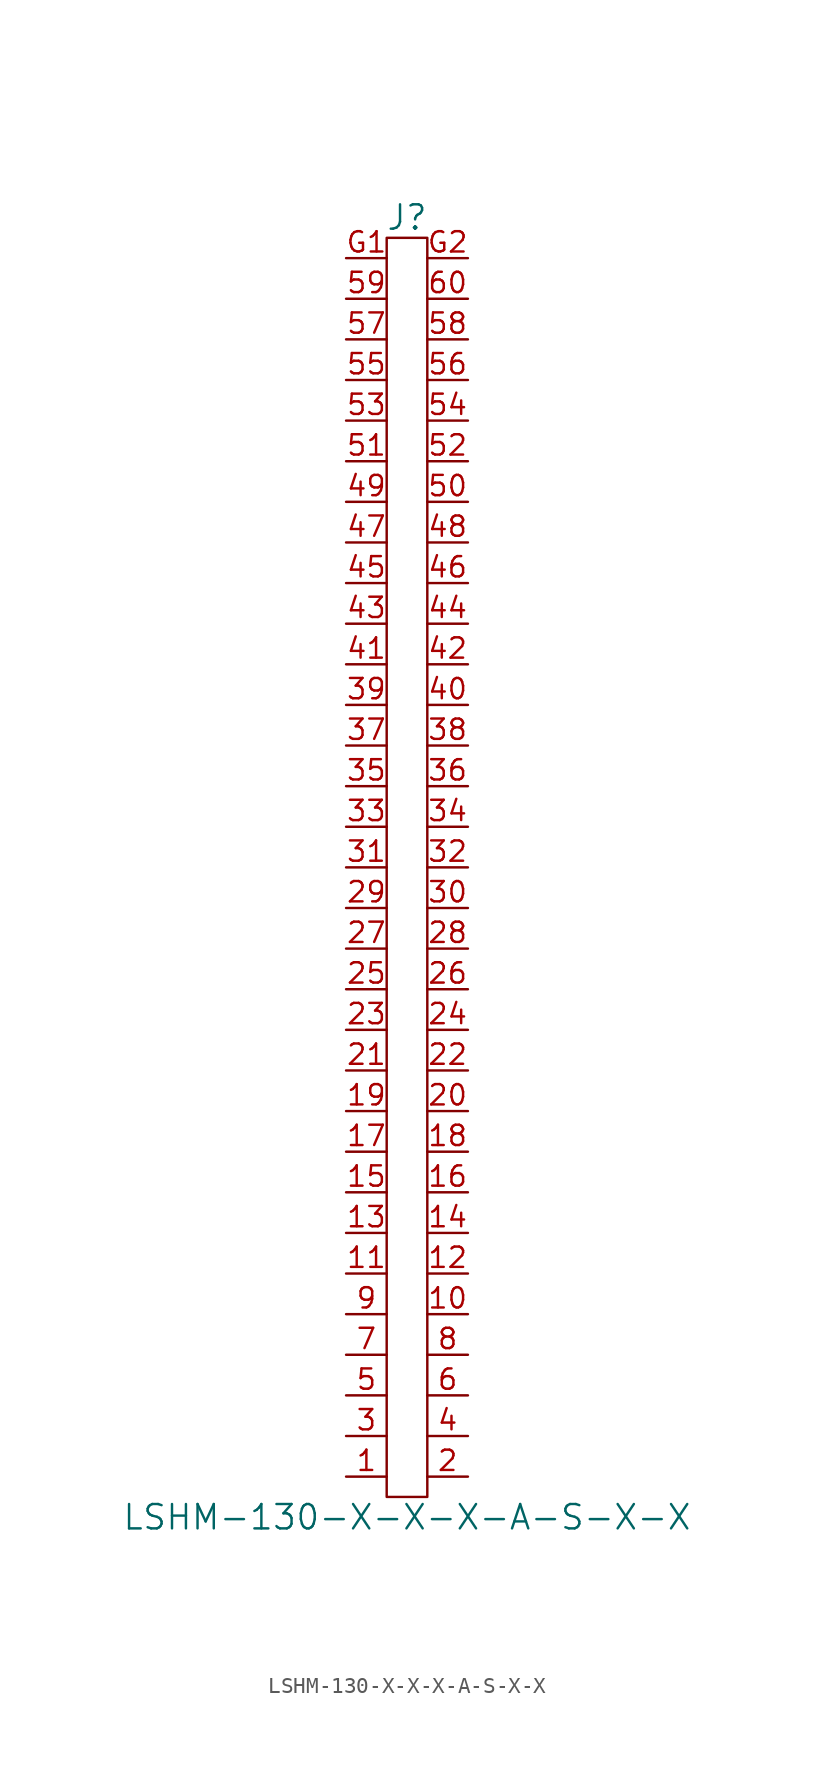
<source format=kicad_sym>
(kicad_symbol_lib
  (version 20231120)
  (generator "kicad_symbol_editor")
  (generator_version "8.0")
  (symbol "LSHM-130-X-X-X-A-S-X-X"
    (property "Reference" "J"
      (at 0 40.64 0)
      (effects (font (size 1.524 1.524))))
    (property "Value" "LSHM-130-X-X-X-A-S-X-X"
      (at 0 -40.64 0)
      (effects (font (size 1.524 1.524))))
    (symbol "LSHM-130-X-X-X-A-S-X-X_0_1"
      (rectangle (start -1.27 39.37) (end 1.27 -39.37) (stroke (width 0) (type default)) (fill (type none))))
    (symbol "LSHM-130-X-X-X-A-S-X-X_1_1"
      (pin passive line (at -3.81 -38.1 0) (length 2.54) (name "~" (effects (font (size 1.27 1.27)))) (number "1" (effects (font (size 1.27 1.27)))))
      (pin passive line (at 3.81 -27.94 180) (length 2.54) (name "~" (effects (font (size 1.27 1.27)))) (number "10" (effects (font (size 1.27 1.27)))))
      (pin passive line (at -3.81 -25.4 0) (length 2.54) (name "~" (effects (font (size 1.27 1.27)))) (number "11" (effects (font (size 1.27 1.27)))))
      (pin passive line (at 3.81 -25.4 180) (length 2.54) (name "~" (effects (font (size 1.27 1.27)))) (number "12" (effects (font (size 1.27 1.27)))))
      (pin passive line (at -3.81 -22.86 0) (length 2.54) (name "~" (effects (font (size 1.27 1.27)))) (number "13" (effects (font (size 1.27 1.27)))))
      (pin passive line (at 3.81 -22.86 180) (length 2.54) (name "~" (effects (font (size 1.27 1.27)))) (number "14" (effects (font (size 1.27 1.27)))))
      (pin passive line (at -3.81 -20.32 0) (length 2.54) (name "~" (effects (font (size 1.27 1.27)))) (number "15" (effects (font (size 1.27 1.27)))))
      (pin passive line (at 3.81 -20.32 180) (length 2.54) (name "~" (effects (font (size 1.27 1.27)))) (number "16" (effects (font (size 1.27 1.27)))))
      (pin passive line (at -3.81 -17.78 0) (length 2.54) (name "~" (effects (font (size 1.27 1.27)))) (number "17" (effects (font (size 1.27 1.27)))))
      (pin passive line (at 3.81 -17.78 180) (length 2.54) (name "~" (effects (font (size 1.27 1.27)))) (number "18" (effects (font (size 1.27 1.27)))))
      (pin passive line (at -3.81 -15.24 0) (length 2.54) (name "~" (effects (font (size 1.27 1.27)))) (number "19" (effects (font (size 1.27 1.27)))))
      (pin passive line (at 3.81 -38.1 180) (length 2.54) (name "~" (effects (font (size 1.27 1.27)))) (number "2" (effects (font (size 1.27 1.27)))))
      (pin passive line (at 3.81 -15.24 180) (length 2.54) (name "~" (effects (font (size 1.27 1.27)))) (number "20" (effects (font (size 1.27 1.27)))))
      (pin passive line (at -3.81 -12.7 0) (length 2.54) (name "~" (effects (font (size 1.27 1.27)))) (number "21" (effects (font (size 1.27 1.27)))))
      (pin passive line (at 3.81 -12.7 180) (length 2.54) (name "~" (effects (font (size 1.27 1.27)))) (number "22" (effects (font (size 1.27 1.27)))))
      (pin passive line (at -3.81 -10.16 0) (length 2.54) (name "~" (effects (font (size 1.27 1.27)))) (number "23" (effects (font (size 1.27 1.27)))))
      (pin passive line (at 3.81 -10.16 180) (length 2.54) (name "~" (effects (font (size 1.27 1.27)))) (number "24" (effects (font (size 1.27 1.27)))))
      (pin passive line (at -3.81 -7.62 0) (length 2.54) (name "~" (effects (font (size 1.27 1.27)))) (number "25" (effects (font (size 1.27 1.27)))))
      (pin passive line (at 3.81 -7.62 180) (length 2.54) (name "~" (effects (font (size 1.27 1.27)))) (number "26" (effects (font (size 1.27 1.27)))))
      (pin passive line (at -3.81 -5.08 0) (length 2.54) (name "~" (effects (font (size 1.27 1.27)))) (number "27" (effects (font (size 1.27 1.27)))))
      (pin passive line (at 3.81 -5.08 180) (length 2.54) (name "~" (effects (font (size 1.27 1.27)))) (number "28" (effects (font (size 1.27 1.27)))))
      (pin passive line (at -3.81 -2.54 0) (length 2.54) (name "~" (effects (font (size 1.27 1.27)))) (number "29" (effects (font (size 1.27 1.27)))))
      (pin passive line (at -3.81 -35.56 0) (length 2.54) (name "~" (effects (font (size 1.27 1.27)))) (number "3" (effects (font (size 1.27 1.27)))))
      (pin passive line (at 3.81 -2.54 180) (length 2.54) (name "~" (effects (font (size 1.27 1.27)))) (number "30" (effects (font (size 1.27 1.27)))))
      (pin passive line (at -3.81 0 0) (length 2.54) (name "~" (effects (font (size 1.27 1.27)))) (number "31" (effects (font (size 1.27 1.27)))))
      (pin passive line (at 3.81 0 180) (length 2.54) (name "~" (effects (font (size 1.27 1.27)))) (number "32" (effects (font (size 1.27 1.27)))))
      (pin passive line (at -3.81 2.54 0) (length 2.54) (name "~" (effects (font (size 1.27 1.27)))) (number "33" (effects (font (size 1.27 1.27)))))
      (pin passive line (at 3.81 2.54 180) (length 2.54) (name "~" (effects (font (size 1.27 1.27)))) (number "34" (effects (font (size 1.27 1.27)))))
      (pin passive line (at -3.81 5.08 0) (length 2.54) (name "~" (effects (font (size 1.27 1.27)))) (number "35" (effects (font (size 1.27 1.27)))))
      (pin passive line (at 3.81 5.08 180) (length 2.54) (name "~" (effects (font (size 1.27 1.27)))) (number "36" (effects (font (size 1.27 1.27)))))
      (pin passive line (at -3.81 7.62 0) (length 2.54) (name "~" (effects (font (size 1.27 1.27)))) (number "37" (effects (font (size 1.27 1.27)))))
      (pin passive line (at 3.81 7.62 180) (length 2.54) (name "~" (effects (font (size 1.27 1.27)))) (number "38" (effects (font (size 1.27 1.27)))))
      (pin passive line (at -3.81 10.16 0) (length 2.54) (name "~" (effects (font (size 1.27 1.27)))) (number "39" (effects (font (size 1.27 1.27)))))
      (pin passive line (at 3.81 -35.56 180) (length 2.54) (name "~" (effects (font (size 1.27 1.27)))) (number "4" (effects (font (size 1.27 1.27)))))
      (pin passive line (at 3.81 10.16 180) (length 2.54) (name "~" (effects (font (size 1.27 1.27)))) (number "40" (effects (font (size 1.27 1.27)))))
      (pin passive line (at -3.81 12.7 0) (length 2.54) (name "~" (effects (font (size 1.27 1.27)))) (number "41" (effects (font (size 1.27 1.27)))))
      (pin passive line (at 3.81 12.7 180) (length 2.54) (name "~" (effects (font (size 1.27 1.27)))) (number "42" (effects (font (size 1.27 1.27)))))
      (pin passive line (at -3.81 15.24 0) (length 2.54) (name "~" (effects (font (size 1.27 1.27)))) (number "43" (effects (font (size 1.27 1.27)))))
      (pin passive line (at 3.81 15.24 180) (length 2.54) (name "~" (effects (font (size 1.27 1.27)))) (number "44" (effects (font (size 1.27 1.27)))))
      (pin passive line (at -3.81 17.78 0) (length 2.54) (name "~" (effects (font (size 1.27 1.27)))) (number "45" (effects (font (size 1.27 1.27)))))
      (pin passive line (at 3.81 17.78 180) (length 2.54) (name "~" (effects (font (size 1.27 1.27)))) (number "46" (effects (font (size 1.27 1.27)))))
      (pin passive line (at -3.81 20.32 0) (length 2.54) (name "~" (effects (font (size 1.27 1.27)))) (number "47" (effects (font (size 1.27 1.27)))))
      (pin passive line (at 3.81 20.32 180) (length 2.54) (name "~" (effects (font (size 1.27 1.27)))) (number "48" (effects (font (size 1.27 1.27)))))
      (pin passive line (at -3.81 22.86 0) (length 2.54) (name "~" (effects (font (size 1.27 1.27)))) (number "49" (effects (font (size 1.27 1.27)))))
      (pin passive line (at -3.81 -33.02 0) (length 2.54) (name "~" (effects (font (size 1.27 1.27)))) (number "5" (effects (font (size 1.27 1.27)))))
      (pin passive line (at 3.81 22.86 180) (length 2.54) (name "~" (effects (font (size 1.27 1.27)))) (number "50" (effects (font (size 1.27 1.27)))))
      (pin passive line (at -3.81 25.4 0) (length 2.54) (name "~" (effects (font (size 1.27 1.27)))) (number "51" (effects (font (size 1.27 1.27)))))
      (pin passive line (at 3.81 25.4 180) (length 2.54) (name "~" (effects (font (size 1.27 1.27)))) (number "52" (effects (font (size 1.27 1.27)))))
      (pin passive line (at -3.81 27.94 0) (length 2.54) (name "~" (effects (font (size 1.27 1.27)))) (number "53" (effects (font (size 1.27 1.27)))))
      (pin passive line (at 3.81 27.94 180) (length 2.54) (name "~" (effects (font (size 1.27 1.27)))) (number "54" (effects (font (size 1.27 1.27)))))
      (pin passive line (at -3.81 30.48 0) (length 2.54) (name "~" (effects (font (size 1.27 1.27)))) (number "55" (effects (font (size 1.27 1.27)))))
      (pin passive line (at 3.81 30.48 180) (length 2.54) (name "~" (effects (font (size 1.27 1.27)))) (number "56" (effects (font (size 1.27 1.27)))))
      (pin passive line (at -3.81 33.02 0) (length 2.54) (name "~" (effects (font (size 1.27 1.27)))) (number "57" (effects (font (size 1.27 1.27)))))
      (pin passive line (at 3.81 33.02 180) (length 2.54) (name "~" (effects (font (size 1.27 1.27)))) (number "58" (effects (font (size 1.27 1.27)))))
      (pin passive line (at -3.81 35.56 0) (length 2.54) (name "~" (effects (font (size 1.27 1.27)))) (number "59" (effects (font (size 1.27 1.27)))))
      (pin passive line (at 3.81 -33.02 180) (length 2.54) (name "~" (effects (font (size 1.27 1.27)))) (number "6" (effects (font (size 1.27 1.27)))))
      (pin passive line (at 3.81 35.56 180) (length 2.54) (name "~" (effects (font (size 1.27 1.27)))) (number "60" (effects (font (size 1.27 1.27)))))
      (pin passive line (at -3.81 -30.48 0) (length 2.54) (name "~" (effects (font (size 1.27 1.27)))) (number "7" (effects (font (size 1.27 1.27)))))
      (pin passive line (at 3.81 -30.48 180) (length 2.54) (name "~" (effects (font (size 1.27 1.27)))) (number "8" (effects (font (size 1.27 1.27)))))
      (pin passive line (at -3.81 -27.94 0) (length 2.54) (name "~" (effects (font (size 1.27 1.27)))) (number "9" (effects (font (size 1.27 1.27)))))
      (pin passive line (at -3.81 38.1 0) (length 2.54) (name "~" (effects (font (size 1.27 1.27)))) (number "G1" (effects (font (size 1.27 1.27)))))
      (pin passive line (at 3.81 38.1 180) (length 2.54) (name "~" (effects (font (size 1.27 1.27)))) (number "G2" (effects (font (size 1.27 1.27))))))))
</source>
